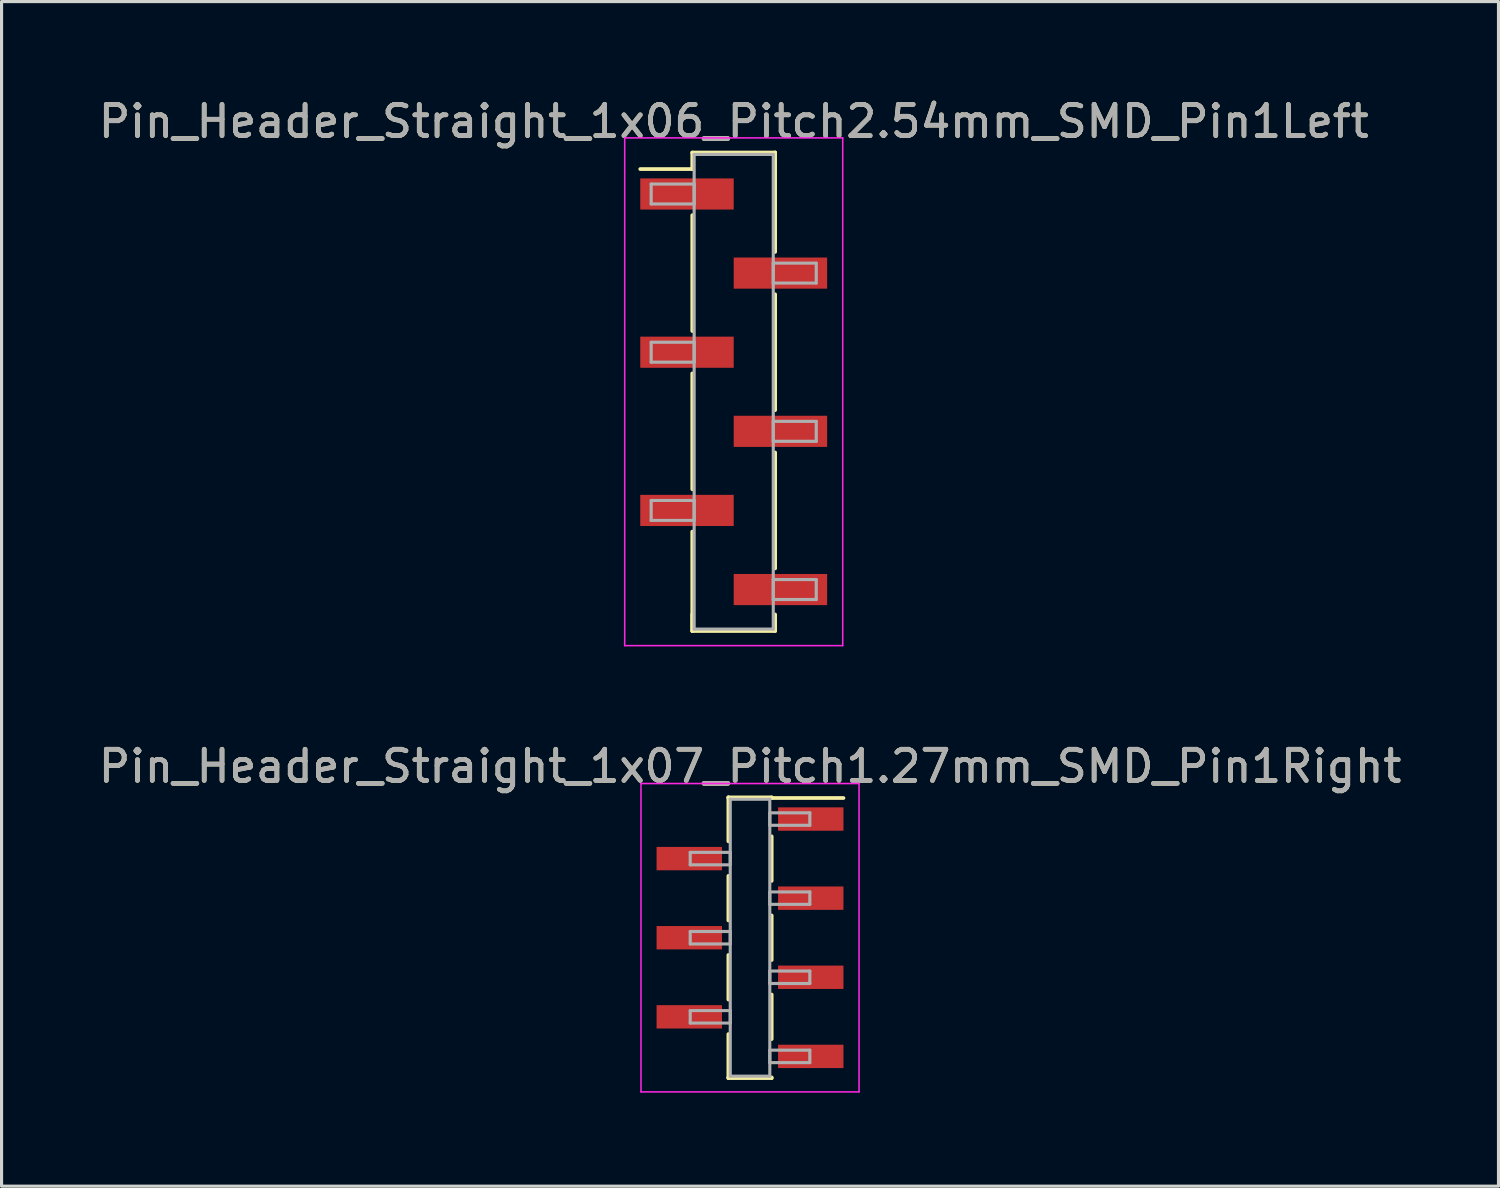
<source format=kicad_pcb>
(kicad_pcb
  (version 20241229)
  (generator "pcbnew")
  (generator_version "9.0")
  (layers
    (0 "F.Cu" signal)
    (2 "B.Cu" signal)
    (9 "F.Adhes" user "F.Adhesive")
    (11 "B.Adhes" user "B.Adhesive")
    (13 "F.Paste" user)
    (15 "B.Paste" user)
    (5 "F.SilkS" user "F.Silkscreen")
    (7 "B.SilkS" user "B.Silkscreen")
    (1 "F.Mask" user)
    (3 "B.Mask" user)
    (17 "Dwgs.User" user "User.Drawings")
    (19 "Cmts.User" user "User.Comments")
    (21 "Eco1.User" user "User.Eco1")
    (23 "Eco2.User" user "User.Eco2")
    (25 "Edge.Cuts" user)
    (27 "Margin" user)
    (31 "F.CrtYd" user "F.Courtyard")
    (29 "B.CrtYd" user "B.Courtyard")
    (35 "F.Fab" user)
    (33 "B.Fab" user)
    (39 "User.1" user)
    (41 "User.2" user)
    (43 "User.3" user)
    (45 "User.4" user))
  (footprint "Pin_Header_Straight_1x07_Pitch1.27mm_SMD_Pin1Right"
    (layer "F.Cu")
    (at 21.03 27.056)
    (property "Reference" "Pin_Header_Straight_1x07_Pitch1.27mm_SMD_Pin1Right" (at 0 -5.505 0) (layer "F.SilkS") (effects (font (size 1 1) (thickness 0.15))))
    (attr smd)
    (fp_line (start -0.695 -4.505) (end -0.695 -3.095) (stroke (width 0.12) (type solid)) (layer "F.SilkS"))
    (fp_line (start -0.695 -4.505) (end 0.695 -4.505) (stroke (width 0.12) (type solid)) (layer "F.SilkS"))
    (fp_line (start -0.695 -4.485) (end -0.695 -4.505) (stroke (width 0.12) (type solid)) (layer "F.SilkS"))
    (fp_line (start -0.695 -1.985) (end -0.695 -0.555) (stroke (width 0.12) (type solid)) (layer "F.SilkS"))
    (fp_line (start -0.695 0.555) (end -0.695 1.985) (stroke (width 0.12) (type solid)) (layer "F.SilkS"))
    (fp_line (start -0.695 3.095) (end -0.695 4.505) (stroke (width 0.12) (type solid)) (layer "F.SilkS"))
    (fp_line (start -0.695 4.485) (end -0.695 4.505) (stroke (width 0.12) (type solid)) (layer "F.SilkS"))
    (fp_line (start -0.695 4.505) (end 0.695 4.505) (stroke (width 0.12) (type solid)) (layer "F.SilkS"))
    (fp_line (start 0.695 -4.505) (end 0.695 -4.485) (stroke (width 0.12) (type solid)) (layer "F.SilkS"))
    (fp_line (start 0.695 -4.485) (end 3 -4.485) (stroke (width 0.12) (type solid)) (layer "F.SilkS"))
    (fp_line (start 0.695 -3.255) (end 0.695 -1.825) (stroke (width 0.12) (type solid)) (layer "F.SilkS"))
    (fp_line (start 0.695 -0.715) (end 0.695 0.715) (stroke (width 0.12) (type solid)) (layer "F.SilkS"))
    (fp_line (start 0.695 1.825) (end 0.695 3.255) (stroke (width 0.12) (type solid)) (layer "F.SilkS"))
    (fp_line (start 0.695 4.505) (end 0.695 4.485) (stroke (width 0.12) (type solid)) (layer "F.SilkS"))
    (fp_line (start -3.5 -4.95) (end -3.5 4.95) (stroke (width 0.05) (type solid)) (layer "F.CrtYd"))
    (fp_line (start -3.5 4.95) (end 3.5 4.95) (stroke (width 0.05) (type solid)) (layer "F.CrtYd"))
    (fp_line (start 3.5 -4.95) (end -3.5 -4.95) (stroke (width 0.05) (type solid)) (layer "F.CrtYd"))
    (fp_line (start 3.5 4.95) (end 3.5 -4.95) (stroke (width 0.05) (type solid)) (layer "F.CrtYd"))
    (fp_line (start -1.92 -2.74) (end -0.635 -2.74) (stroke (width 0.1) (type solid)) (layer "F.Fab"))
    (fp_line (start -1.92 -2.34) (end -1.92 -2.74) (stroke (width 0.1) (type solid)) (layer "F.Fab"))
    (fp_line (start -1.92 -0.2) (end -0.635 -0.2) (stroke (width 0.1) (type solid)) (layer "F.Fab"))
    (fp_line (start -1.92 0.2) (end -1.92 -0.2) (stroke (width 0.1) (type solid)) (layer "F.Fab"))
    (fp_line (start -1.92 2.34) (end -0.635 2.34) (stroke (width 0.1) (type solid)) (layer "F.Fab"))
    (fp_line (start -1.92 2.74) (end -1.92 2.34) (stroke (width 0.1) (type solid)) (layer "F.Fab"))
    (fp_line (start -0.635 -4.445) (end -0.635 4.445) (stroke (width 0.1) (type solid)) (layer "F.Fab"))
    (fp_line (start -0.635 -2.74) (end -0.635 -2.34) (stroke (width 0.1) (type solid)) (layer "F.Fab"))
    (fp_line (start -0.635 -2.34) (end -1.92 -2.34) (stroke (width 0.1) (type solid)) (layer "F.Fab"))
    (fp_line (start -0.635 -0.2) (end -0.635 0.2) (stroke (width 0.1) (type solid)) (layer "F.Fab"))
    (fp_line (start -0.635 0.2) (end -1.92 0.2) (stroke (width 0.1) (type solid)) (layer "F.Fab"))
    (fp_line (start -0.635 2.34) (end -0.635 2.74) (stroke (width 0.1) (type solid)) (layer "F.Fab"))
    (fp_line (start -0.635 2.74) (end -1.92 2.74) (stroke (width 0.1) (type solid)) (layer "F.Fab"))
    (fp_line (start -0.635 4.445) (end 0.635 4.445) (stroke (width 0.1) (type solid)) (layer "F.Fab"))
    (fp_line (start 0.635 -4.445) (end -0.635 -4.445) (stroke (width 0.1) (type solid)) (layer "F.Fab"))
    (fp_line (start 0.635 -4.01) (end 0.635 -3.61) (stroke (width 0.1) (type solid)) (layer "F.Fab"))
    (fp_line (start 0.635 -3.61) (end 1.92 -3.61) (stroke (width 0.1) (type solid)) (layer "F.Fab"))
    (fp_line (start 0.635 -1.47) (end 0.635 -1.07) (stroke (width 0.1) (type solid)) (layer "F.Fab"))
    (fp_line (start 0.635 -1.07) (end 1.92 -1.07) (stroke (width 0.1) (type solid)) (layer "F.Fab"))
    (fp_line (start 0.635 1.07) (end 0.635 1.47) (stroke (width 0.1) (type solid)) (layer "F.Fab"))
    (fp_line (start 0.635 1.47) (end 1.92 1.47) (stroke (width 0.1) (type solid)) (layer "F.Fab"))
    (fp_line (start 0.635 3.61) (end 0.635 4.01) (stroke (width 0.1) (type solid)) (layer "F.Fab"))
    (fp_line (start 0.635 4.01) (end 1.92 4.01) (stroke (width 0.1) (type solid)) (layer "F.Fab"))
    (fp_line (start 0.635 4.445) (end 0.635 -4.445) (stroke (width 0.1) (type solid)) (layer "F.Fab"))
    (fp_line (start 1.92 -4.01) (end 0.635 -4.01) (stroke (width 0.1) (type solid)) (layer "F.Fab"))
    (fp_line (start 1.92 -3.61) (end 1.92 -4.01) (stroke (width 0.1) (type solid)) (layer "F.Fab"))
    (fp_line (start 1.92 -1.47) (end 0.635 -1.47) (stroke (width 0.1) (type solid)) (layer "F.Fab"))
    (fp_line (start 1.92 -1.07) (end 1.92 -1.47) (stroke (width 0.1) (type solid)) (layer "F.Fab"))
    (fp_line (start 1.92 1.07) (end 0.635 1.07) (stroke (width 0.1) (type solid)) (layer "F.Fab"))
    (fp_line (start 1.92 1.47) (end 1.92 1.07) (stroke (width 0.1) (type solid)) (layer "F.Fab"))
    (fp_line (start 1.92 3.61) (end 0.635 3.61) (stroke (width 0.1) (type solid)) (layer "F.Fab"))
    (fp_line (start 1.92 4.01) (end 1.92 3.61) (stroke (width 0.1) (type solid)) (layer "F.Fab"))
    (fp_text user "${REFERENCE}" (at 0 -5.505 0) (layer "F.Fab") (effects (font (size 1 1) (thickness 0.15))))
    (pad "1" smd rect (at 1.95 -3.81) (size 2.1 0.75) (layers "F.Cu" "F.Mask" "F.Paste"))
    (pad "2" smd rect (at -1.95 -2.54) (size 2.1 0.75) (layers "F.Cu" "F.Mask" "F.Paste"))
    (pad "3" smd rect (at 1.95 -1.27) (size 2.1 0.75) (layers "F.Cu" "F.Mask" "F.Paste"))
    (pad "4" smd rect (at -1.95 0) (size 2.1 0.75) (layers "F.Cu" "F.Mask" "F.Paste"))
    (pad "5" smd rect (at 1.95 1.27) (size 2.1 0.75) (layers "F.Cu" "F.Mask" "F.Paste"))
    (pad "6" smd rect (at -1.95 2.54) (size 2.1 0.75) (layers "F.Cu" "F.Mask" "F.Paste"))
    (pad "7" smd rect (at 1.95 3.81) (size 2.1 0.75) (layers "F.Cu" "F.Mask" "F.Paste")))
  (footprint "Pin_Header_Straight_1x06_Pitch2.54mm_SMD_Pin1Left"
    (layer "F.Cu")
    (at 20.506 9.528)
    (property "Reference" "Pin_Header_Straight_1x06_Pitch2.54mm_SMD_Pin1Left" (at 0 -8.68 0) (layer "F.SilkS") (effects (font (size 1 1) (thickness 0.15))))
    (attr smd)
    (fp_line (start -1.33 -7.68) (end 1.33 -7.68) (stroke (width 0.12) (type solid)) (layer "F.SilkS"))
    (fp_line (start -1.33 -7.15) (end -3 -7.15) (stroke (width 0.12) (type solid)) (layer "F.SilkS"))
    (fp_line (start -1.33 -7.15) (end -1.33 -7.68) (stroke (width 0.12) (type solid)) (layer "F.SilkS"))
    (fp_line (start -1.33 -5.67) (end -1.33 -1.95) (stroke (width 0.12) (type solid)) (layer "F.SilkS"))
    (fp_line (start -1.33 -0.59) (end -1.33 3.13) (stroke (width 0.12) (type solid)) (layer "F.SilkS"))
    (fp_line (start -1.33 4.49) (end -1.33 7.68) (stroke (width 0.12) (type solid)) (layer "F.SilkS"))
    (fp_line (start -1.33 7.15) (end -1.33 7.68) (stroke (width 0.12) (type solid)) (layer "F.SilkS"))
    (fp_line (start -1.33 7.68) (end 1.33 7.68) (stroke (width 0.12) (type solid)) (layer "F.SilkS"))
    (fp_line (start 1.33 -7.68) (end 1.33 -7.15) (stroke (width 0.12) (type solid)) (layer "F.SilkS"))
    (fp_line (start 1.33 -7.68) (end 1.33 -4.49) (stroke (width 0.12) (type solid)) (layer "F.SilkS"))
    (fp_line (start 1.33 -3.13) (end 1.33 0.59) (stroke (width 0.12) (type solid)) (layer "F.SilkS"))
    (fp_line (start 1.33 1.95) (end 1.33 5.67) (stroke (width 0.12) (type solid)) (layer "F.SilkS"))
    (fp_line (start 1.33 7.68) (end 1.33 7.15) (stroke (width 0.12) (type solid)) (layer "F.SilkS"))
    (fp_line (start -3.5 -8.15) (end -3.5 8.15) (stroke (width 0.05) (type solid)) (layer "F.CrtYd"))
    (fp_line (start -3.5 8.15) (end 3.5 8.15) (stroke (width 0.05) (type solid)) (layer "F.CrtYd"))
    (fp_line (start 3.5 -8.15) (end -3.5 -8.15) (stroke (width 0.05) (type solid)) (layer "F.CrtYd"))
    (fp_line (start 3.5 8.15) (end 3.5 -8.15) (stroke (width 0.05) (type solid)) (layer "F.CrtYd"))
    (fp_line (start -2.65 -6.67) (end -1.27 -6.67) (stroke (width 0.1) (type solid)) (layer "F.Fab"))
    (fp_line (start -2.65 -6.03) (end -2.65 -6.67) (stroke (width 0.1) (type solid)) (layer "F.Fab"))
    (fp_line (start -2.65 -1.59) (end -1.27 -1.59) (stroke (width 0.1) (type solid)) (layer "F.Fab"))
    (fp_line (start -2.65 -0.95) (end -2.65 -1.59) (stroke (width 0.1) (type solid)) (layer "F.Fab"))
    (fp_line (start -2.65 3.49) (end -1.27 3.49) (stroke (width 0.1) (type solid)) (layer "F.Fab"))
    (fp_line (start -2.65 4.13) (end -2.65 3.49) (stroke (width 0.1) (type solid)) (layer "F.Fab"))
    (fp_line (start -1.27 -7.62) (end -1.27 7.62) (stroke (width 0.1) (type solid)) (layer "F.Fab"))
    (fp_line (start -1.27 -6.67) (end -1.27 -6.03) (stroke (width 0.1) (type solid)) (layer "F.Fab"))
    (fp_line (start -1.27 -6.03) (end -2.65 -6.03) (stroke (width 0.1) (type solid)) (layer "F.Fab"))
    (fp_line (start -1.27 -1.59) (end -1.27 -0.95) (stroke (width 0.1) (type solid)) (layer "F.Fab"))
    (fp_line (start -1.27 -0.95) (end -2.65 -0.95) (stroke (width 0.1) (type solid)) (layer "F.Fab"))
    (fp_line (start -1.27 3.49) (end -1.27 4.13) (stroke (width 0.1) (type solid)) (layer "F.Fab"))
    (fp_line (start -1.27 4.13) (end -2.65 4.13) (stroke (width 0.1) (type solid)) (layer "F.Fab"))
    (fp_line (start -1.27 7.62) (end 1.27 7.62) (stroke (width 0.1) (type solid)) (layer "F.Fab"))
    (fp_line (start 1.27 -7.62) (end -1.27 -7.62) (stroke (width 0.1) (type solid)) (layer "F.Fab"))
    (fp_line (start 1.27 -4.13) (end 1.27 -3.49) (stroke (width 0.1) (type solid)) (layer "F.Fab"))
    (fp_line (start 1.27 -3.49) (end 2.65 -3.49) (stroke (width 0.1) (type solid)) (layer "F.Fab"))
    (fp_line (start 1.27 0.95) (end 1.27 1.59) (stroke (width 0.1) (type solid)) (layer "F.Fab"))
    (fp_line (start 1.27 1.59) (end 2.65 1.59) (stroke (width 0.1) (type solid)) (layer "F.Fab"))
    (fp_line (start 1.27 6.03) (end 1.27 6.67) (stroke (width 0.1) (type solid)) (layer "F.Fab"))
    (fp_line (start 1.27 6.67) (end 2.65 6.67) (stroke (width 0.1) (type solid)) (layer "F.Fab"))
    (fp_line (start 1.27 7.62) (end 1.27 -7.62) (stroke (width 0.1) (type solid)) (layer "F.Fab"))
    (fp_line (start 2.65 -4.13) (end 1.27 -4.13) (stroke (width 0.1) (type solid)) (layer "F.Fab"))
    (fp_line (start 2.65 -3.49) (end 2.65 -4.13) (stroke (width 0.1) (type solid)) (layer "F.Fab"))
    (fp_line (start 2.65 0.95) (end 1.27 0.95) (stroke (width 0.1) (type solid)) (layer "F.Fab"))
    (fp_line (start 2.65 1.59) (end 2.65 0.95) (stroke (width 0.1) (type solid)) (layer "F.Fab"))
    (fp_line (start 2.65 6.03) (end 1.27 6.03) (stroke (width 0.1) (type solid)) (layer "F.Fab"))
    (fp_line (start 2.65 6.67) (end 2.65 6.03) (stroke (width 0.1) (type solid)) (layer "F.Fab"))
    (fp_text user "${REFERENCE}" (at 0 -8.68 0) (layer "F.Fab") (effects (font (size 1 1) (thickness 0.15))))
    (pad "1" smd rect (at -1.5 -6.35) (size 3 1) (layers "F.Cu" "F.Mask" "F.Paste"))
    (pad "2" smd rect (at 1.5 -3.81) (size 3 1) (layers "F.Cu" "F.Mask" "F.Paste"))
    (pad "3" smd rect (at -1.5 -1.27) (size 3 1) (layers "F.Cu" "F.Mask" "F.Paste"))
    (pad "4" smd rect (at 1.5 1.27) (size 3 1) (layers "F.Cu" "F.Mask" "F.Paste"))
    (pad "5" smd rect (at -1.5 3.81) (size 3 1) (layers "F.Cu" "F.Mask" "F.Paste"))
    (pad "6" smd rect (at 1.5 6.35) (size 3 1) (layers "F.Cu" "F.Mask" "F.Paste")))
  (gr_rect
    (start -3 -3)
    (end 45.06 35.032)
    (stroke (width 0.1) (type default))
    (fill no)
    (layer "Edge.Cuts")))
</source>
